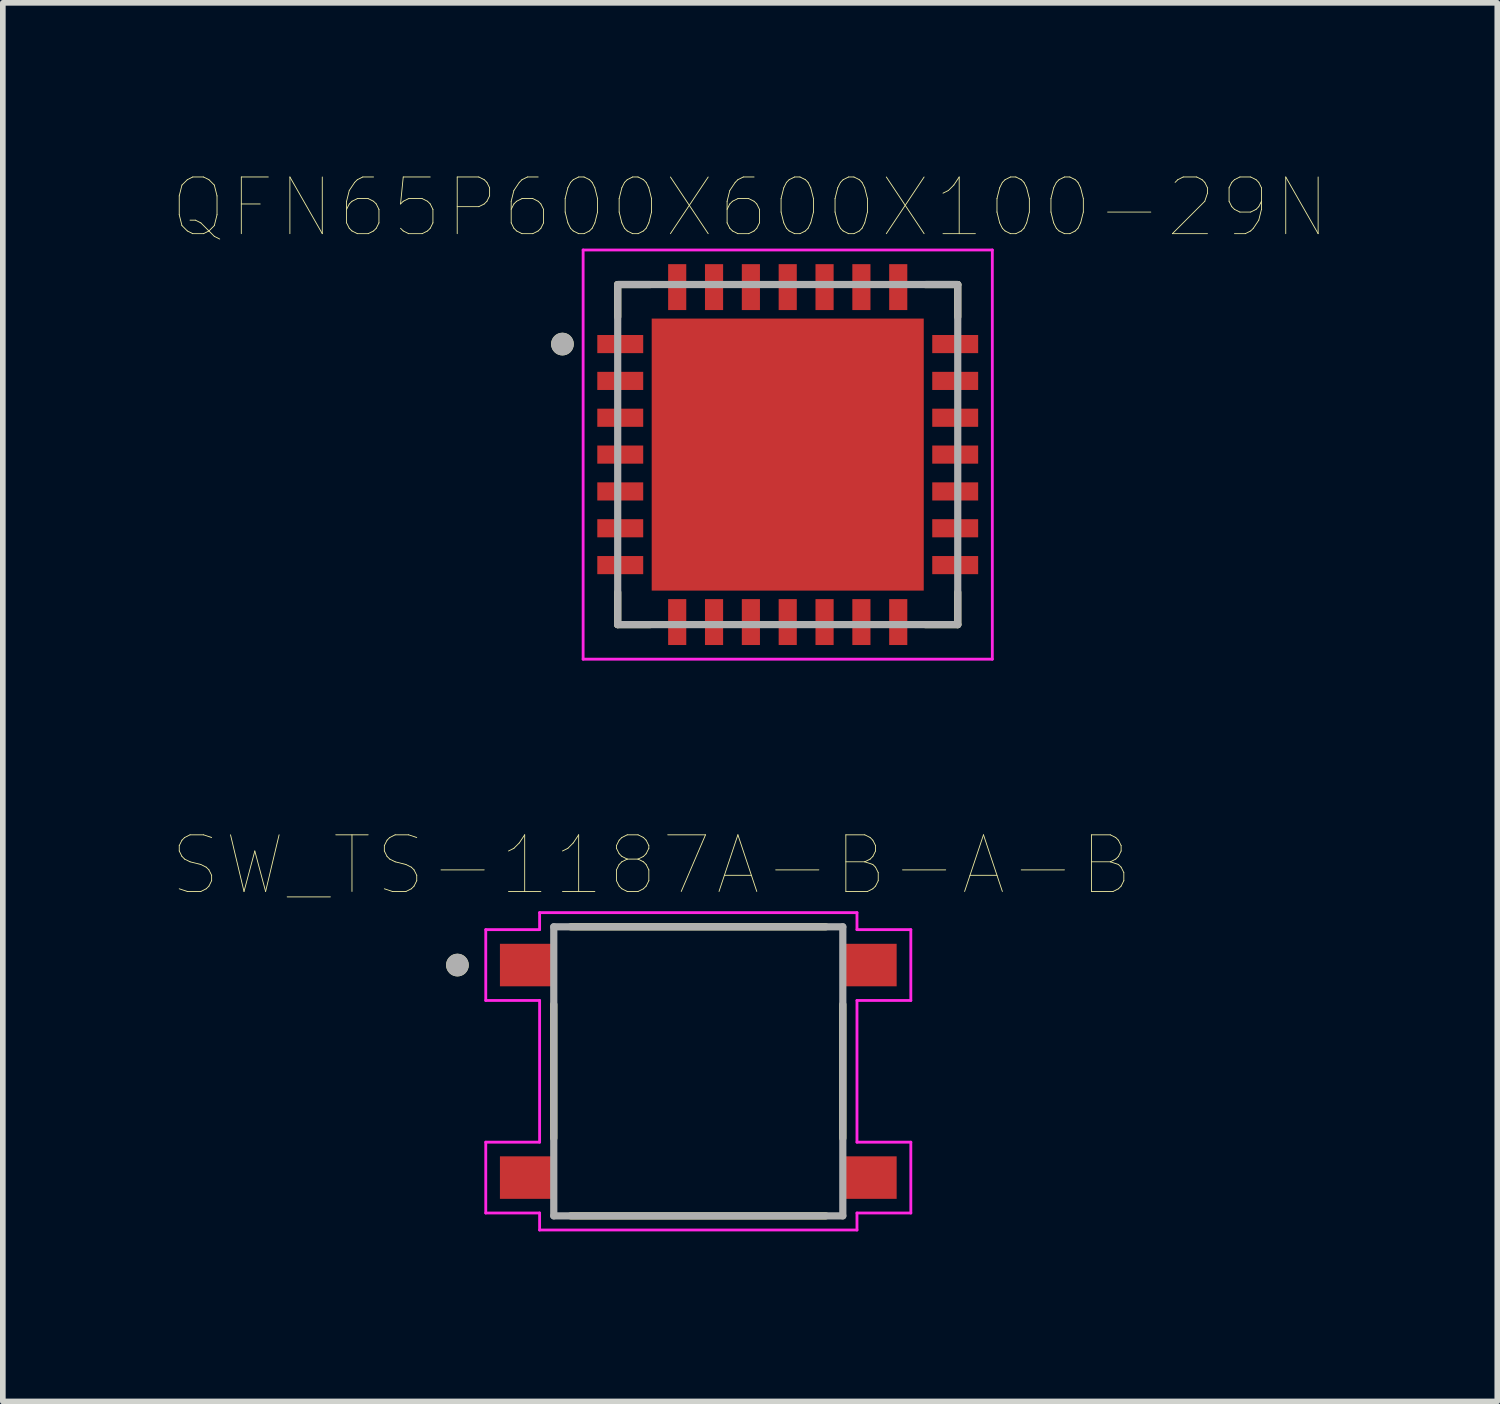
<source format=kicad_pcb>
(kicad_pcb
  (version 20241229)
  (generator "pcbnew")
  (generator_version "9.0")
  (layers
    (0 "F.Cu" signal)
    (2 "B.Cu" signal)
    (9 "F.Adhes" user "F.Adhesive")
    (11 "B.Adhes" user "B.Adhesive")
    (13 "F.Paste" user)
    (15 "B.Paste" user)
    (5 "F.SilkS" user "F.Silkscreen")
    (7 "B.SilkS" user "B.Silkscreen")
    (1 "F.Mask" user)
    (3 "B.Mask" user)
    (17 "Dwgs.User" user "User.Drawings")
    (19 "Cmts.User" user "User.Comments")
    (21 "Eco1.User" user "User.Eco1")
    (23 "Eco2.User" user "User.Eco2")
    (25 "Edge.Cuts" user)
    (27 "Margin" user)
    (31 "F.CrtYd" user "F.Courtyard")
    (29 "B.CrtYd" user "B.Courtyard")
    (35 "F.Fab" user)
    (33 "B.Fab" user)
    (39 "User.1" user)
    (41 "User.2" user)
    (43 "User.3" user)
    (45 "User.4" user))
  (footprint "SW_TS-1187A-B-A-B"
    (layer "F.Cu")
    (at 9.271 15.853)
    (property "Reference" "SW_TS-1187A-B-A-B" (at -0.825 -3.635 0) (layer "F.SilkS") (effects (font (size 1 1) (thickness 0.015))))
    (attr through_hole)
    (fp_line (start -2.55 -1.18) (end -2.55 1.18) (stroke (width 0.127) (type solid)) (layer "F.SilkS"))
    (fp_line (start 2.25 -2.55) (end -2.25 -2.55) (stroke (width 0.127) (type solid)) (layer "F.SilkS"))
    (fp_line (start 2.25 2.55) (end -2.25 2.55) (stroke (width 0.127) (type solid)) (layer "F.SilkS"))
    (fp_line (start 2.55 1.18) (end 2.55 -1.18) (stroke (width 0.127) (type solid)) (layer "F.SilkS"))
    (fp_circle (center -4.25 -1.875) (end -4.15 -1.875) (stroke (width 0.2) (type solid)) (fill no) (layer "F.SilkS"))
    (fp_line (start -3.75 -2.5) (end -3.75 -1.25) (stroke (width 0.05) (type solid)) (layer "F.CrtYd"))
    (fp_line (start -3.75 -2.5) (end -2.8 -2.5) (stroke (width 0.05) (type solid)) (layer "F.CrtYd"))
    (fp_line (start -3.75 -1.25) (end -2.8 -1.25) (stroke (width 0.05) (type solid)) (layer "F.CrtYd"))
    (fp_line (start -3.75 1.25) (end -2.8 1.25) (stroke (width 0.05) (type solid)) (layer "F.CrtYd"))
    (fp_line (start -3.75 2.5) (end -3.75 1.25) (stroke (width 0.05) (type solid)) (layer "F.CrtYd"))
    (fp_line (start -3.75 2.5) (end -2.8 2.5) (stroke (width 0.05) (type solid)) (layer "F.CrtYd"))
    (fp_line (start -2.8 -2.8) (end -2.8 -2.5) (stroke (width 0.05) (type solid)) (layer "F.CrtYd"))
    (fp_line (start -2.8 -1.25) (end -2.8 1.25) (stroke (width 0.05) (type solid)) (layer "F.CrtYd"))
    (fp_line (start -2.8 2.8) (end -2.8 2.5) (stroke (width 0.05) (type solid)) (layer "F.CrtYd"))
    (fp_line (start -2.8 2.8) (end 2.8 2.8) (stroke (width 0.05) (type solid)) (layer "F.CrtYd"))
    (fp_line (start 2.8 -2.8) (end -2.8 -2.8) (stroke (width 0.05) (type solid)) (layer "F.CrtYd"))
    (fp_line (start 2.8 -2.8) (end 2.8 -2.5) (stroke (width 0.05) (type solid)) (layer "F.CrtYd"))
    (fp_line (start 2.8 -1.25) (end 2.8 1.25) (stroke (width 0.05) (type solid)) (layer "F.CrtYd"))
    (fp_line (start 2.8 2.8) (end 2.8 2.5) (stroke (width 0.05) (type solid)) (layer "F.CrtYd"))
    (fp_line (start 3.75 -2.5) (end 2.8 -2.5) (stroke (width 0.05) (type solid)) (layer "F.CrtYd"))
    (fp_line (start 3.75 -2.5) (end 3.75 -1.25) (stroke (width 0.05) (type solid)) (layer "F.CrtYd"))
    (fp_line (start 3.75 -1.25) (end 2.8 -1.25) (stroke (width 0.05) (type solid)) (layer "F.CrtYd"))
    (fp_line (start 3.75 1.25) (end 2.8 1.25) (stroke (width 0.05) (type solid)) (layer "F.CrtYd"))
    (fp_line (start 3.75 2.5) (end 2.8 2.5) (stroke (width 0.05) (type solid)) (layer "F.CrtYd"))
    (fp_line (start 3.75 2.5) (end 3.75 1.25) (stroke (width 0.05) (type solid)) (layer "F.CrtYd"))
    (fp_line (start -2.55 -2.55) (end -2.55 2.55) (stroke (width 0.127) (type solid)) (layer "F.Fab"))
    (fp_line (start -2.55 2.55) (end 2.55 2.55) (stroke (width 0.127) (type solid)) (layer "F.Fab"))
    (fp_line (start 2.55 -2.55) (end -2.55 -2.55) (stroke (width 0.127) (type solid)) (layer "F.Fab"))
    (fp_line (start 2.55 2.55) (end 2.55 -2.55) (stroke (width 0.127) (type solid)) (layer "F.Fab"))
    (fp_circle (center -4.25 -1.875) (end -4.15 -1.875) (stroke (width 0.2) (type solid)) (fill no) (layer "F.Fab"))
    (pad "A" smd rect (at -3 -1.875) (size 1 0.75) (layers "F.Cu" "F.Mask" "F.Paste"))
    (pad "B" smd rect (at 3 -1.875) (size 1 0.75) (layers "F.Cu" "F.Mask" "F.Paste"))
    (pad "C" smd rect (at -3 1.875) (size 1 0.75) (layers "F.Cu" "F.Mask" "F.Paste"))
    (pad "D" smd rect (at 3 1.875) (size 1 0.75) (layers "F.Cu" "F.Mask" "F.Paste")))
  (footprint "QFN65P600X600X100-29N"
    (layer "F.Cu")
    (at 10.849 4.971)
    (property "Reference" "QFN65P600X600X100-29N" (at -0.665 -4.36 0) (layer "F.SilkS") (effects (font (size 1 1) (thickness 0.015))))
    (attr through_hole)
    (fp_line (start -3 -3) (end -3 -2.43) (stroke (width 0.127) (type solid)) (layer "F.SilkS"))
    (fp_line (start -3 -3) (end -2.43 -3) (stroke (width 0.127) (type solid)) (layer "F.SilkS"))
    (fp_line (start -3 3) (end -3 2.43) (stroke (width 0.127) (type solid)) (layer "F.SilkS"))
    (fp_line (start -3 3) (end -2.43 3) (stroke (width 0.127) (type solid)) (layer "F.SilkS"))
    (fp_line (start 3 -3) (end 2.43 -3) (stroke (width 0.127) (type solid)) (layer "F.SilkS"))
    (fp_line (start 3 -3) (end 3 -2.43) (stroke (width 0.127) (type solid)) (layer "F.SilkS"))
    (fp_line (start 3 3) (end 2.43 3) (stroke (width 0.127) (type solid)) (layer "F.SilkS"))
    (fp_line (start 3 3) (end 3 2.43) (stroke (width 0.127) (type solid)) (layer "F.SilkS"))
    (fp_circle (center -3.975 -1.95) (end -3.875 -1.95) (stroke (width 0.2) (type solid)) (fill no) (layer "F.SilkS"))
    (fp_poly (pts (xy -1.96 -1.96) (xy -0.44 -1.96) (xy -0.44 -0.44) (xy -1.96 -0.44)) (stroke (width 0.01) (type solid)) (fill yes) (layer "F.Paste"))
    (fp_poly (pts (xy -1.96 0.44) (xy -0.44 0.44) (xy -0.44 1.96) (xy -1.96 1.96)) (stroke (width 0.01) (type solid)) (fill yes) (layer "F.Paste"))
    (fp_poly (pts (xy 0.44 -1.96) (xy 1.96 -1.96) (xy 1.96 -0.44) (xy 0.44 -0.44)) (stroke (width 0.01) (type solid)) (fill yes) (layer "F.Paste"))
    (fp_poly (pts (xy 0.44 0.44) (xy 1.96 0.44) (xy 1.96 1.96) (xy 0.44 1.96)) (stroke (width 0.01) (type solid)) (fill yes) (layer "F.Paste"))
    (fp_line (start -3.61 -3.61) (end 3.61 -3.61) (stroke (width 0.05) (type solid)) (layer "F.CrtYd"))
    (fp_line (start -3.61 3.61) (end -3.61 -3.61) (stroke (width 0.05) (type solid)) (layer "F.CrtYd"))
    (fp_line (start -3.61 3.61) (end 3.61 3.61) (stroke (width 0.05) (type solid)) (layer "F.CrtYd"))
    (fp_line (start 3.61 3.61) (end 3.61 -3.61) (stroke (width 0.05) (type solid)) (layer "F.CrtYd"))
    (fp_line (start -3 3) (end -3 -3) (stroke (width 0.127) (type solid)) (layer "F.Fab"))
    (fp_line (start 3 -3) (end -3 -3) (stroke (width 0.127) (type solid)) (layer "F.Fab"))
    (fp_line (start 3 3) (end -3 3) (stroke (width 0.127) (type solid)) (layer "F.Fab"))
    (fp_line (start 3 3) (end 3 -3) (stroke (width 0.127) (type solid)) (layer "F.Fab"))
    (fp_circle (center -3.975 -1.95) (end -3.875 -1.95) (stroke (width 0.2) (type solid)) (fill no) (layer "F.Fab"))
    (pad "0" smd rect (at 0 0) (size 4.8 4.8) (layers "F.Cu" "F.Mask"))
    (pad "1" smd rect (at -2.955 -1.95) (size 0.81 0.32) (layers "F.Cu" "F.Mask" "F.Paste"))
    (pad "2" smd rect (at -2.955 -1.3) (size 0.81 0.32) (layers "F.Cu" "F.Mask" "F.Paste"))
    (pad "3" smd rect (at -2.955 -0.65) (size 0.81 0.32) (layers "F.Cu" "F.Mask" "F.Paste"))
    (pad "4" smd rect (at -2.955 0) (size 0.81 0.32) (layers "F.Cu" "F.Mask" "F.Paste"))
    (pad "5" smd rect (at -2.955 0.65) (size 0.81 0.32) (layers "F.Cu" "F.Mask" "F.Paste"))
    (pad "6" smd rect (at -2.955 1.3) (size 0.81 0.32) (layers "F.Cu" "F.Mask" "F.Paste"))
    (pad "7" smd rect (at -2.955 1.95) (size 0.81 0.32) (layers "F.Cu" "F.Mask" "F.Paste"))
    (pad "8" smd rect (at -1.95 2.955) (size 0.32 0.81) (layers "F.Cu" "F.Mask" "F.Paste"))
    (pad "9" smd rect (at -1.3 2.955) (size 0.32 0.81) (layers "F.Cu" "F.Mask" "F.Paste"))
    (pad "10" smd rect (at -0.65 2.955) (size 0.32 0.81) (layers "F.Cu" "F.Mask" "F.Paste"))
    (pad "11" smd rect (at 0 2.955) (size 0.32 0.81) (layers "F.Cu" "F.Mask" "F.Paste"))
    (pad "12" smd rect (at 0.65 2.955) (size 0.32 0.81) (layers "F.Cu" "F.Mask" "F.Paste"))
    (pad "13" smd rect (at 1.3 2.955) (size 0.32 0.81) (layers "F.Cu" "F.Mask" "F.Paste"))
    (pad "14" smd rect (at 1.95 2.955) (size 0.32 0.81) (layers "F.Cu" "F.Mask" "F.Paste"))
    (pad "15" smd rect (at 2.955 1.95) (size 0.81 0.32) (layers "F.Cu" "F.Mask" "F.Paste"))
    (pad "16" smd rect (at 2.955 1.3) (size 0.81 0.32) (layers "F.Cu" "F.Mask" "F.Paste"))
    (pad "17" smd rect (at 2.955 0.65) (size 0.81 0.32) (layers "F.Cu" "F.Mask" "F.Paste"))
    (pad "18" smd rect (at 2.955 0) (size 0.81 0.32) (layers "F.Cu" "F.Mask" "F.Paste"))
    (pad "19" smd rect (at 2.955 -0.65) (size 0.81 0.32) (layers "F.Cu" "F.Mask" "F.Paste"))
    (pad "20" smd rect (at 2.955 -1.3) (size 0.81 0.32) (layers "F.Cu" "F.Mask" "F.Paste"))
    (pad "21" smd rect (at 2.955 -1.95) (size 0.81 0.32) (layers "F.Cu" "F.Mask" "F.Paste"))
    (pad "22" smd rect (at 1.95 -2.955) (size 0.32 0.81) (layers "F.Cu" "F.Mask" "F.Paste"))
    (pad "23" smd rect (at 1.3 -2.955) (size 0.32 0.81) (layers "F.Cu" "F.Mask" "F.Paste"))
    (pad "24" smd rect (at 0.65 -2.955) (size 0.32 0.81) (layers "F.Cu" "F.Mask" "F.Paste"))
    (pad "25" smd rect (at 0 -2.955) (size 0.32 0.81) (layers "F.Cu" "F.Mask" "F.Paste"))
    (pad "26" smd rect (at -0.65 -2.955) (size 0.32 0.81) (layers "F.Cu" "F.Mask" "F.Paste"))
    (pad "27" smd rect (at -1.3 -2.955) (size 0.32 0.81) (layers "F.Cu" "F.Mask" "F.Paste"))
    (pad "28" smd rect (at -1.95 -2.955) (size 0.32 0.81) (layers "F.Cu" "F.Mask" "F.Paste")))
  (gr_rect
    (start -3 -3)
    (end 23.369 21.678)
    (stroke (width 0.1) (type default))
    (fill no)
    (layer "Edge.Cuts")))
</source>
